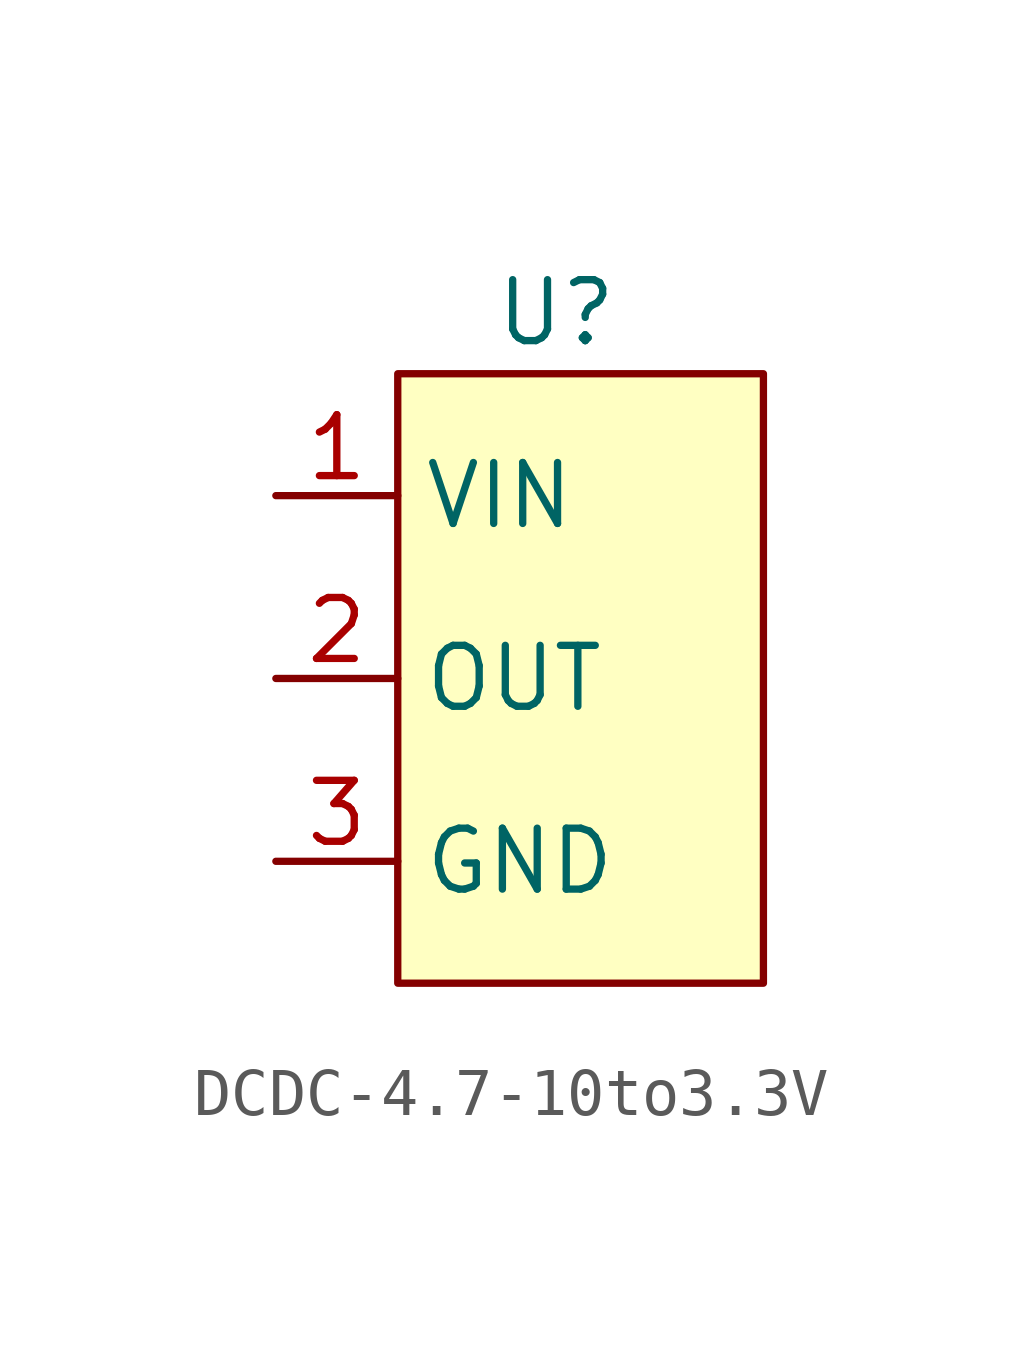
<source format=kicad_sym>
(kicad_symbol_lib
  (version 20231120)
  (generator "kicad_symbol_editor")
  (generator_version "8.0")
  (symbol "DCDC-4.7-10to3.3V"
    (property "Reference" "U"
      (at -0.508 3.81 0)
      (effects (font (size 1.27 1.27))))
    (property "Value" ""
      (at -1.27 1.27 0)
      (effects (font (size 1.27 1.27))))
    (symbol "DCDC-4.7-10to3.3V_1_1"
      (rectangle (start -3.81 2.54) (end 3.81 -10.16) (stroke (width 0) (type default)) (fill (type background)))
      (pin power_in line (at -6.35 0 0) (length 2.54) (name "VIN" (effects (font (size 1.27 1.27)))) (number "1" (effects (font (size 1.27 1.27)))))
      (pin power_out line (at -6.35 -3.81 0) (length 2.54) (name "OUT" (effects (font (size 1.27 1.27)))) (number "2" (effects (font (size 1.27 1.27)))))
      (pin power_in line (at -6.35 -7.62 0) (length 2.54) (name "GND" (effects (font (size 1.27 1.27)))) (number "3" (effects (font (size 1.27 1.27))))))))
</source>
